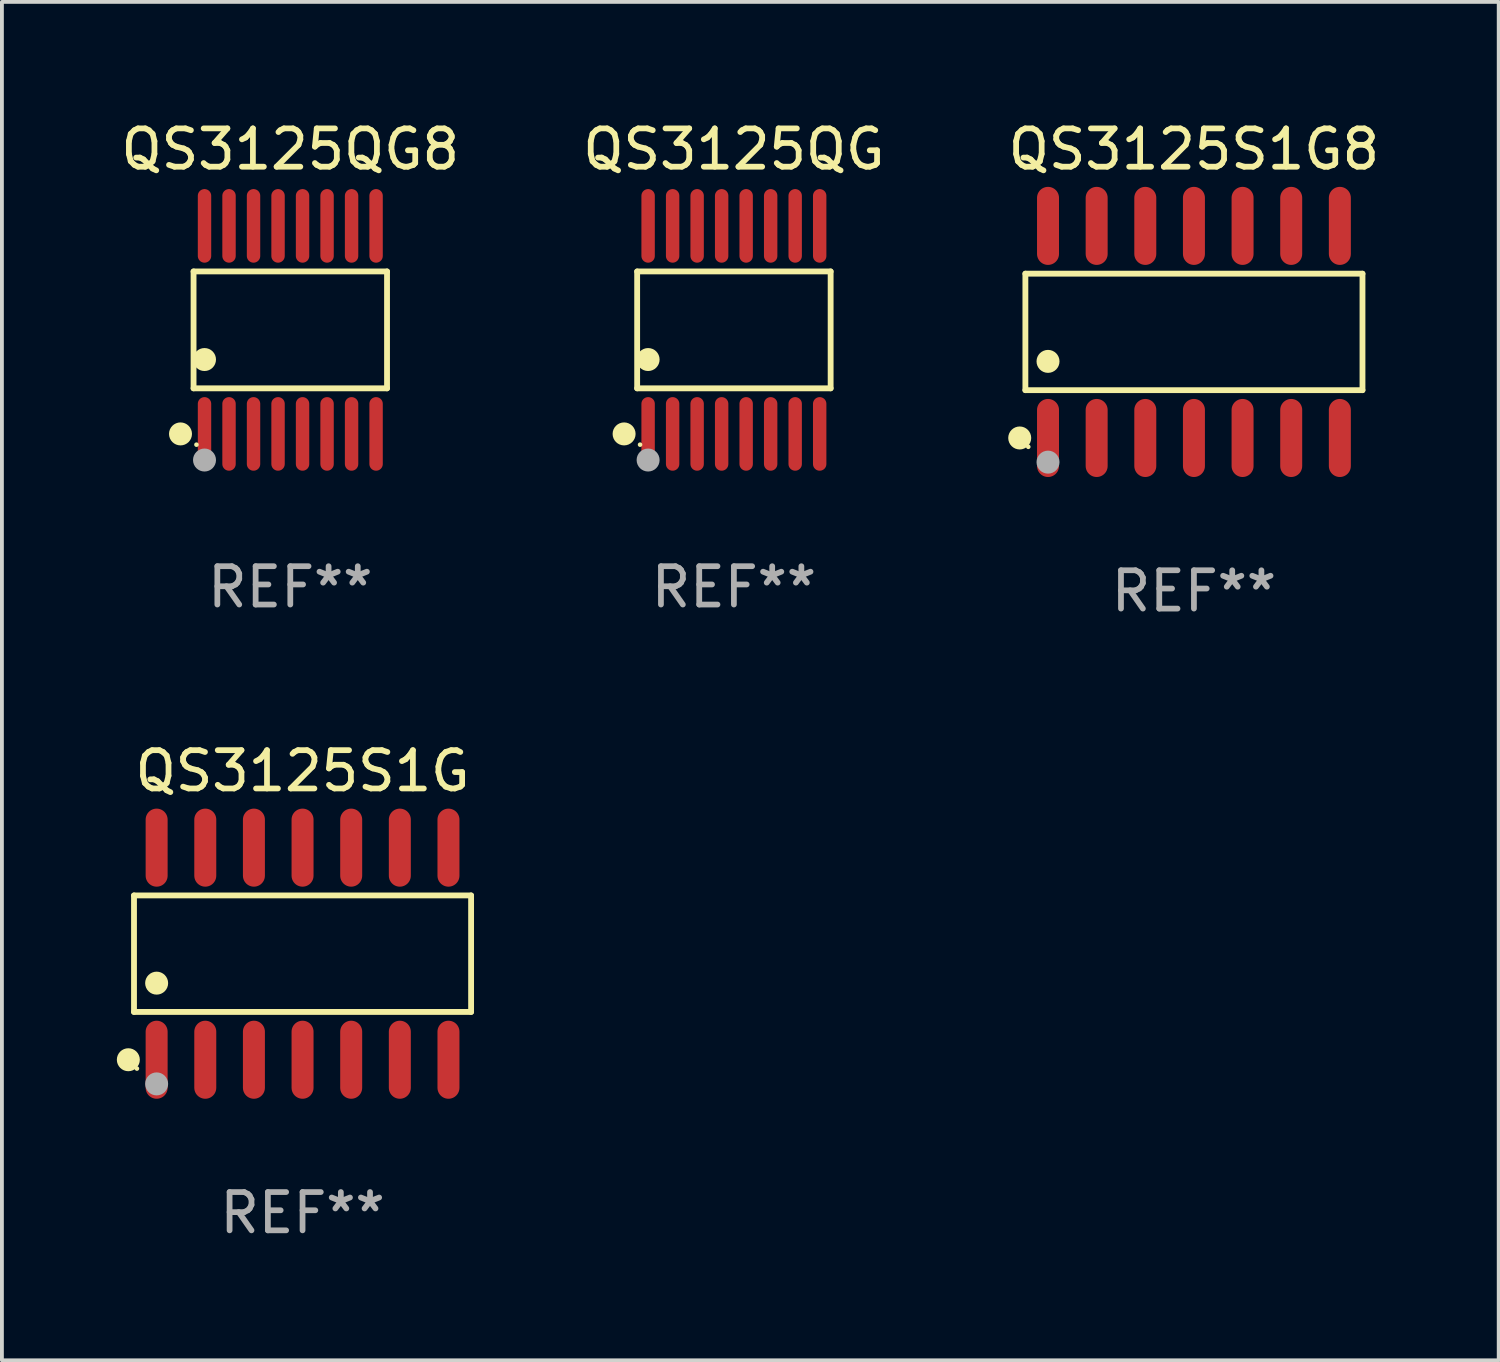
<source format=kicad_pcb>
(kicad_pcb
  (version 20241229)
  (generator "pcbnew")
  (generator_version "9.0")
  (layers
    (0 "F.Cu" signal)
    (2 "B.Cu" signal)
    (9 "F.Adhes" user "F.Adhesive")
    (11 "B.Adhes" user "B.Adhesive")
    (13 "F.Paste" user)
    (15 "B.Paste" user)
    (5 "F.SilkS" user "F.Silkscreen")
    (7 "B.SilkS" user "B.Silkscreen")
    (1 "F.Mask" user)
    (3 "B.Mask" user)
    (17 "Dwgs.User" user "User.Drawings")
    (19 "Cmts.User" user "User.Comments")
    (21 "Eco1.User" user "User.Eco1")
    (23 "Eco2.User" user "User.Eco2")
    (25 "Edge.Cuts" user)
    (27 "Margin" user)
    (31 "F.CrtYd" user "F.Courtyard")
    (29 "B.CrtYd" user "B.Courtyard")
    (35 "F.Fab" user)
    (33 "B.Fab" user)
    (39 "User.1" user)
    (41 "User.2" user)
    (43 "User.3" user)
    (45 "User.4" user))
  (footprint "QS3125S1G8"
    (layer "F.Cu")
    (at 28.125 5.617)
    (property "Reference" "QS3125S1G8" (at 0 -4.769 0) (layer "F.SilkS") (effects (font (size 1 1) (thickness 0.15))))
    (attr through_hole)
    (fp_line (start -4.401 -1.521) (end 4.401 -1.521) (stroke (width 0.152) (type solid)) (layer "F.SilkS"))
    (fp_line (start -4.401 1.521) (end -4.401 -1.521) (stroke (width 0.152) (type solid)) (layer "F.SilkS"))
    (fp_line (start 4.401 -1.521) (end 4.401 1.521) (stroke (width 0.152) (type solid)) (layer "F.SilkS"))
    (fp_line (start 4.401 1.521) (end -4.401 1.521) (stroke (width 0.152) (type solid)) (layer "F.SilkS"))
    (fp_circle (center -4.549 2.769) (end -4.399 2.769) (stroke (width 0.3) (type solid)) (fill no) (layer "F.SilkS"))
    (fp_circle (center -4.325 3) (end -4.295 3) (stroke (width 0.06) (type solid)) (fill no) (layer "F.SilkS"))
    (fp_circle (center -3.81 0.769) (end -3.66 0.769) (stroke (width 0.3) (type solid)) (fill no) (layer "F.SilkS"))
    (fp_circle (center -3.81 3.4) (end -3.66 3.4) (stroke (width 0.3) (type solid)) (fill no) (layer "F.Fab"))
    (fp_text user "REF**" (at 0 6.769 0) (layer "F.Fab") (effects (font (size 1 1) (thickness 0.15))))
    (pad "1" smd oval (at -3.81 2.769) (size 0.574 2.038) (layers "F.Cu" "F.Mask" "F.Paste"))
    (pad "2" smd oval (at -2.54 2.769) (size 0.574 2.038) (layers "F.Cu" "F.Mask" "F.Paste"))
    (pad "3" smd oval (at -1.27 2.769) (size 0.574 2.038) (layers "F.Cu" "F.Mask" "F.Paste"))
    (pad "4" smd oval (at 0 2.769) (size 0.574 2.038) (layers "F.Cu" "F.Mask" "F.Paste"))
    (pad "5" smd oval (at 1.27 2.769) (size 0.574 2.038) (layers "F.Cu" "F.Mask" "F.Paste"))
    (pad "6" smd oval (at 2.54 2.769) (size 0.574 2.038) (layers "F.Cu" "F.Mask" "F.Paste"))
    (pad "7" smd oval (at 3.81 2.769) (size 0.574 2.038) (layers "F.Cu" "F.Mask" "F.Paste"))
    (pad "8" smd oval (at 3.81 -2.769) (size 0.574 2.038) (layers "F.Cu" "F.Mask" "F.Paste"))
    (pad "9" smd oval (at 2.54 -2.769) (size 0.574 2.038) (layers "F.Cu" "F.Mask" "F.Paste"))
    (pad "10" smd oval (at 1.27 -2.769) (size 0.574 2.038) (layers "F.Cu" "F.Mask" "F.Paste"))
    (pad "11" smd oval (at 0 -2.769) (size 0.574 2.038) (layers "F.Cu" "F.Mask" "F.Paste"))
    (pad "12" smd oval (at -1.27 -2.769) (size 0.574 2.038) (layers "F.Cu" "F.Mask" "F.Paste"))
    (pad "13" smd oval (at -2.54 -2.769) (size 0.574 2.038) (layers "F.Cu" "F.Mask" "F.Paste"))
    (pad "14" smd oval (at -3.81 -2.769) (size 0.574 2.038) (layers "F.Cu" "F.Mask" "F.Paste")))
  (footprint "QS3125QG"
    (layer "F.Cu")
    (at 16.113 5.564)
    (property "Reference" "QS3125QG" (at 0 -4.716 0) (layer "F.SilkS") (effects (font (size 1 1) (thickness 0.15))))
    (attr through_hole)
    (fp_line (start -2.526 -1.526) (end 2.526 -1.526) (stroke (width 0.152) (type solid)) (layer "F.SilkS"))
    (fp_line (start -2.526 1.526) (end -2.526 -1.526) (stroke (width 0.152) (type solid)) (layer "F.SilkS"))
    (fp_line (start 2.526 -1.526) (end 2.526 1.526) (stroke (width 0.152) (type solid)) (layer "F.SilkS"))
    (fp_line (start 2.526 1.526) (end -2.526 1.526) (stroke (width 0.152) (type solid)) (layer "F.SilkS"))
    (fp_circle (center -2.867 2.716) (end -2.717 2.716) (stroke (width 0.3) (type solid)) (fill no) (layer "F.SilkS"))
    (fp_circle (center -2.45 2.997) (end -2.42 2.997) (stroke (width 0.06) (type solid)) (fill no) (layer "F.SilkS"))
    (fp_circle (center -2.24 0.774) (end -2.09 0.774) (stroke (width 0.3) (type solid)) (fill no) (layer "F.SilkS"))
    (fp_circle (center -2.24 3.398) (end -2.09 3.398) (stroke (width 0.3) (type solid)) (fill no) (layer "F.Fab"))
    (fp_text user "REF**" (at 0 6.716 0) (layer "F.Fab") (effects (font (size 1 1) (thickness 0.15))))
    (pad "1" smd oval (at -2.24 2.716) (size 0.35 1.922) (layers "F.Cu" "F.Mask" "F.Paste"))
    (pad "2" smd oval (at -1.6 2.716) (size 0.35 1.922) (layers "F.Cu" "F.Mask" "F.Paste"))
    (pad "3" smd oval (at -0.96 2.716) (size 0.35 1.922) (layers "F.Cu" "F.Mask" "F.Paste"))
    (pad "4" smd oval (at -0.32 2.716) (size 0.35 1.922) (layers "F.Cu" "F.Mask" "F.Paste"))
    (pad "5" smd oval (at 0.32 2.716) (size 0.35 1.922) (layers "F.Cu" "F.Mask" "F.Paste"))
    (pad "6" smd oval (at 0.96 2.716) (size 0.35 1.922) (layers "F.Cu" "F.Mask" "F.Paste"))
    (pad "7" smd oval (at 1.6 2.716) (size 0.35 1.922) (layers "F.Cu" "F.Mask" "F.Paste"))
    (pad "8" smd oval (at 2.24 2.716) (size 0.35 1.922) (layers "F.Cu" "F.Mask" "F.Paste"))
    (pad "9" smd oval (at 2.24 -2.716) (size 0.35 1.922) (layers "F.Cu" "F.Mask" "F.Paste"))
    (pad "10" smd oval (at 1.6 -2.716) (size 0.35 1.922) (layers "F.Cu" "F.Mask" "F.Paste"))
    (pad "11" smd oval (at 0.96 -2.716) (size 0.35 1.922) (layers "F.Cu" "F.Mask" "F.Paste"))
    (pad "12" smd oval (at 0.32 -2.716) (size 0.35 1.922) (layers "F.Cu" "F.Mask" "F.Paste"))
    (pad "13" smd oval (at -0.32 -2.716) (size 0.35 1.922) (layers "F.Cu" "F.Mask" "F.Paste"))
    (pad "14" smd oval (at -0.96 -2.716) (size 0.35 1.922) (layers "F.Cu" "F.Mask" "F.Paste"))
    (pad "15" smd oval (at -1.6 -2.716) (size 0.35 1.922) (layers "F.Cu" "F.Mask" "F.Paste"))
    (pad "16" smd oval (at -2.24 -2.716) (size 0.35 1.922) (layers "F.Cu" "F.Mask" "F.Paste")))
  (footprint "QS3125QG8"
    (layer "F.Cu")
    (at 4.53 5.564)
    (property "Reference" "QS3125QG8" (at 0 -4.716 0) (layer "F.SilkS") (effects (font (size 1 1) (thickness 0.15))))
    (attr through_hole)
    (fp_line (start -2.526 -1.526) (end 2.526 -1.526) (stroke (width 0.152) (type solid)) (layer "F.SilkS"))
    (fp_line (start -2.526 1.526) (end -2.526 -1.526) (stroke (width 0.152) (type solid)) (layer "F.SilkS"))
    (fp_line (start 2.526 -1.526) (end 2.526 1.526) (stroke (width 0.152) (type solid)) (layer "F.SilkS"))
    (fp_line (start 2.526 1.526) (end -2.526 1.526) (stroke (width 0.152) (type solid)) (layer "F.SilkS"))
    (fp_circle (center -2.867 2.716) (end -2.717 2.716) (stroke (width 0.3) (type solid)) (fill no) (layer "F.SilkS"))
    (fp_circle (center -2.45 2.997) (end -2.42 2.997) (stroke (width 0.06) (type solid)) (fill no) (layer "F.SilkS"))
    (fp_circle (center -2.24 0.774) (end -2.09 0.774) (stroke (width 0.3) (type solid)) (fill no) (layer "F.SilkS"))
    (fp_circle (center -2.24 3.398) (end -2.09 3.398) (stroke (width 0.3) (type solid)) (fill no) (layer "F.Fab"))
    (fp_text user "REF**" (at 0 6.716 0) (layer "F.Fab") (effects (font (size 1 1) (thickness 0.15))))
    (pad "1" smd oval (at -2.24 2.716) (size 0.35 1.922) (layers "F.Cu" "F.Mask" "F.Paste"))
    (pad "2" smd oval (at -1.6 2.716) (size 0.35 1.922) (layers "F.Cu" "F.Mask" "F.Paste"))
    (pad "3" smd oval (at -0.96 2.716) (size 0.35 1.922) (layers "F.Cu" "F.Mask" "F.Paste"))
    (pad "4" smd oval (at -0.32 2.716) (size 0.35 1.922) (layers "F.Cu" "F.Mask" "F.Paste"))
    (pad "5" smd oval (at 0.32 2.716) (size 0.35 1.922) (layers "F.Cu" "F.Mask" "F.Paste"))
    (pad "6" smd oval (at 0.96 2.716) (size 0.35 1.922) (layers "F.Cu" "F.Mask" "F.Paste"))
    (pad "7" smd oval (at 1.6 2.716) (size 0.35 1.922) (layers "F.Cu" "F.Mask" "F.Paste"))
    (pad "8" smd oval (at 2.24 2.716) (size 0.35 1.922) (layers "F.Cu" "F.Mask" "F.Paste"))
    (pad "9" smd oval (at 2.24 -2.716) (size 0.35 1.922) (layers "F.Cu" "F.Mask" "F.Paste"))
    (pad "10" smd oval (at 1.6 -2.716) (size 0.35 1.922) (layers "F.Cu" "F.Mask" "F.Paste"))
    (pad "11" smd oval (at 0.96 -2.716) (size 0.35 1.922) (layers "F.Cu" "F.Mask" "F.Paste"))
    (pad "12" smd oval (at 0.32 -2.716) (size 0.35 1.922) (layers "F.Cu" "F.Mask" "F.Paste"))
    (pad "13" smd oval (at -0.32 -2.716) (size 0.35 1.922) (layers "F.Cu" "F.Mask" "F.Paste"))
    (pad "14" smd oval (at -0.96 -2.716) (size 0.35 1.922) (layers "F.Cu" "F.Mask" "F.Paste"))
    (pad "15" smd oval (at -1.6 -2.716) (size 0.35 1.922) (layers "F.Cu" "F.Mask" "F.Paste"))
    (pad "16" smd oval (at -2.24 -2.716) (size 0.35 1.922) (layers "F.Cu" "F.Mask" "F.Paste")))
  (footprint "QS3125S1G"
    (layer "F.Cu")
    (at 4.85 21.852)
    (property "Reference" "QS3125S1G" (at 0 -4.769 0) (layer "F.SilkS") (effects (font (size 1 1) (thickness 0.15))))
    (attr through_hole)
    (fp_line (start -4.401 -1.521) (end 4.401 -1.521) (stroke (width 0.152) (type solid)) (layer "F.SilkS"))
    (fp_line (start -4.401 1.521) (end -4.401 -1.521) (stroke (width 0.152) (type solid)) (layer "F.SilkS"))
    (fp_line (start 4.401 -1.521) (end 4.401 1.521) (stroke (width 0.152) (type solid)) (layer "F.SilkS"))
    (fp_line (start 4.401 1.521) (end -4.401 1.521) (stroke (width 0.152) (type solid)) (layer "F.SilkS"))
    (fp_circle (center -4.549 2.769) (end -4.399 2.769) (stroke (width 0.3) (type solid)) (fill no) (layer "F.SilkS"))
    (fp_circle (center -4.325 3) (end -4.295 3) (stroke (width 0.06) (type solid)) (fill no) (layer "F.SilkS"))
    (fp_circle (center -3.81 0.769) (end -3.66 0.769) (stroke (width 0.3) (type solid)) (fill no) (layer "F.SilkS"))
    (fp_circle (center -3.81 3.4) (end -3.66 3.4) (stroke (width 0.3) (type solid)) (fill no) (layer "F.Fab"))
    (fp_text user "REF**" (at 0 6.769 0) (layer "F.Fab") (effects (font (size 1 1) (thickness 0.15))))
    (pad "1" smd oval (at -3.81 2.769) (size 0.574 2.038) (layers "F.Cu" "F.Mask" "F.Paste"))
    (pad "2" smd oval (at -2.54 2.769) (size 0.574 2.038) (layers "F.Cu" "F.Mask" "F.Paste"))
    (pad "3" smd oval (at -1.27 2.769) (size 0.574 2.038) (layers "F.Cu" "F.Mask" "F.Paste"))
    (pad "4" smd oval (at 0 2.769) (size 0.574 2.038) (layers "F.Cu" "F.Mask" "F.Paste"))
    (pad "5" smd oval (at 1.27 2.769) (size 0.574 2.038) (layers "F.Cu" "F.Mask" "F.Paste"))
    (pad "6" smd oval (at 2.54 2.769) (size 0.574 2.038) (layers "F.Cu" "F.Mask" "F.Paste"))
    (pad "7" smd oval (at 3.81 2.769) (size 0.574 2.038) (layers "F.Cu" "F.Mask" "F.Paste"))
    (pad "8" smd oval (at 3.81 -2.769) (size 0.574 2.038) (layers "F.Cu" "F.Mask" "F.Paste"))
    (pad "9" smd oval (at 2.54 -2.769) (size 0.574 2.038) (layers "F.Cu" "F.Mask" "F.Paste"))
    (pad "10" smd oval (at 1.27 -2.769) (size 0.574 2.038) (layers "F.Cu" "F.Mask" "F.Paste"))
    (pad "11" smd oval (at 0 -2.769) (size 0.574 2.038) (layers "F.Cu" "F.Mask" "F.Paste"))
    (pad "12" smd oval (at -1.27 -2.769) (size 0.574 2.038) (layers "F.Cu" "F.Mask" "F.Paste"))
    (pad "13" smd oval (at -2.54 -2.769) (size 0.574 2.038) (layers "F.Cu" "F.Mask" "F.Paste"))
    (pad "14" smd oval (at -3.81 -2.769) (size 0.574 2.038) (layers "F.Cu" "F.Mask" "F.Paste")))
  (gr_rect
    (start -3 -3)
    (end 36.083 32.469)
    (stroke (width 0.1) (type default))
    (fill no)
    (layer "Edge.Cuts")))
</source>
